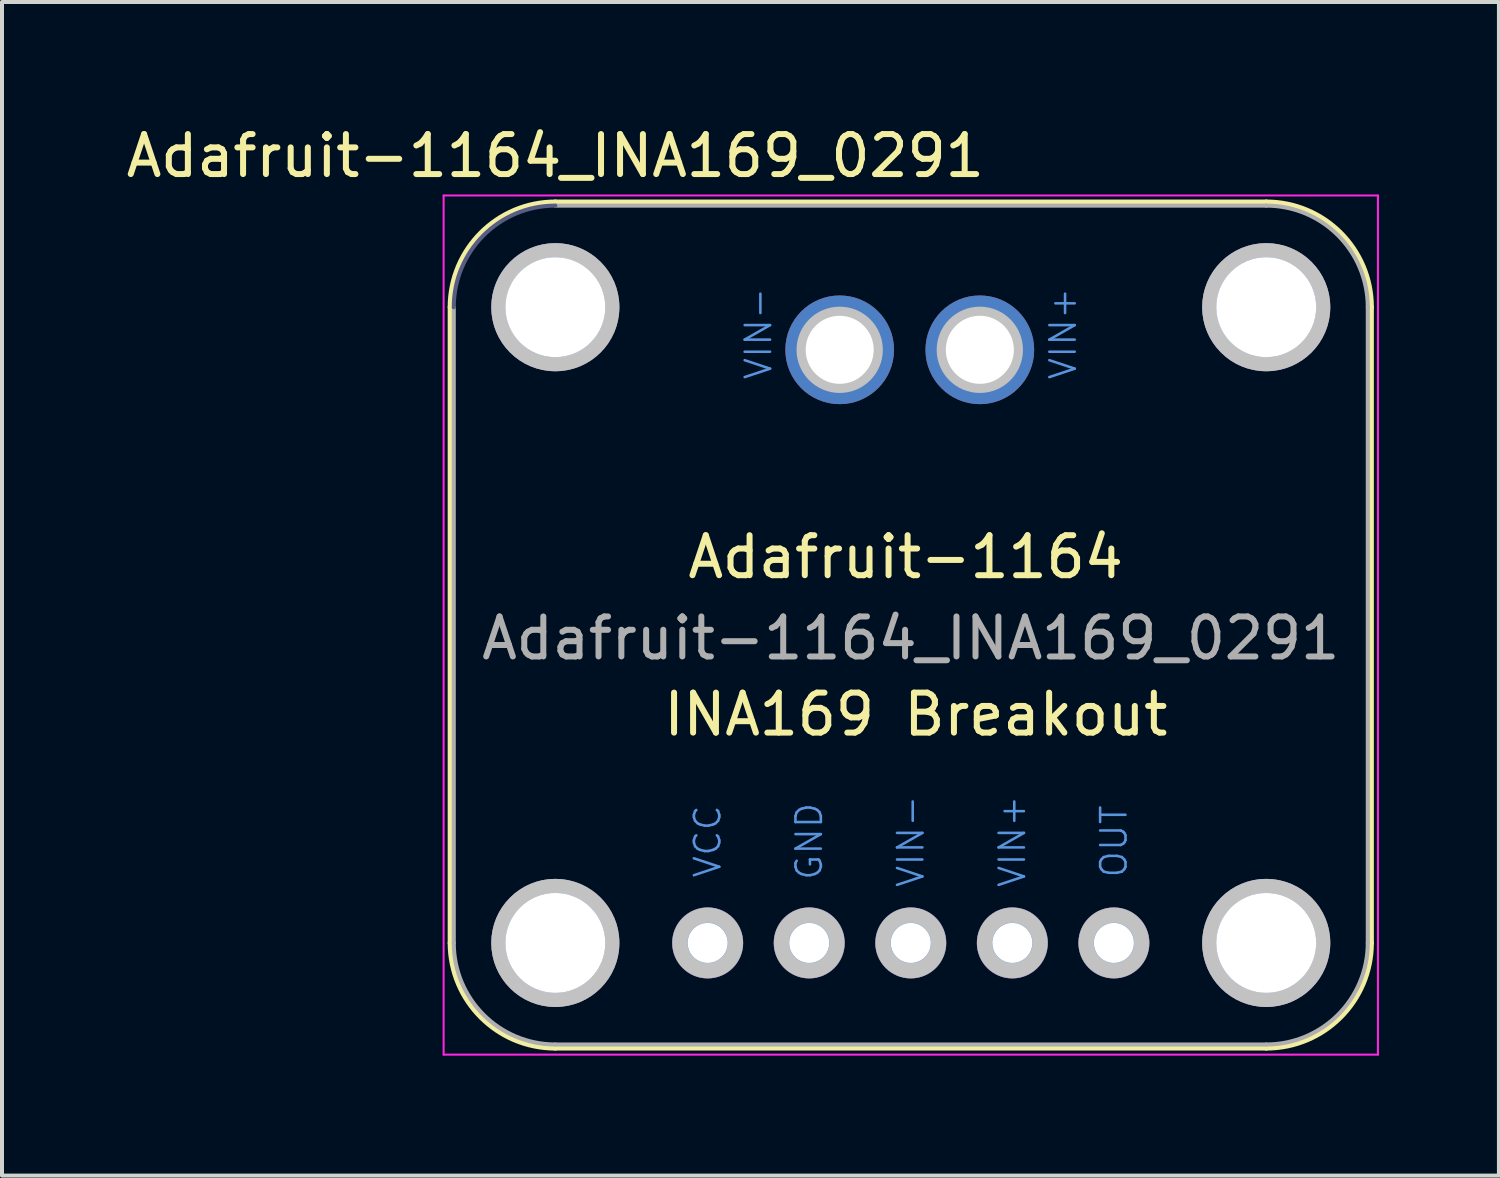
<source format=kicad_pcb>
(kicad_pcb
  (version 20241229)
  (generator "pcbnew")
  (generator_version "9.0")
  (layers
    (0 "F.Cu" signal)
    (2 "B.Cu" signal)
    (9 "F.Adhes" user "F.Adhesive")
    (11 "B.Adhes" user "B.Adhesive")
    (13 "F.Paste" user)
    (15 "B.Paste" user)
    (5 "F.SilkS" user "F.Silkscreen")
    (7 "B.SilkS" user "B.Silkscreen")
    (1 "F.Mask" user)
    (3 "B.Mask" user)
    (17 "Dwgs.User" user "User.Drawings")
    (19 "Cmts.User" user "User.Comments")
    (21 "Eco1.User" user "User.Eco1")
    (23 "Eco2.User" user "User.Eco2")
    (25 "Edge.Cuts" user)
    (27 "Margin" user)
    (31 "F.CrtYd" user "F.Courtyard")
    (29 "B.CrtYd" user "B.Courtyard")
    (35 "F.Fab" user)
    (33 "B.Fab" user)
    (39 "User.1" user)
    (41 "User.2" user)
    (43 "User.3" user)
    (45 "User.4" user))
  (footprint "Adafruit-1164_INA169_0291"
    (layer "F.Cu")
    (at 14.649 20.533)
    (property "Reference" "Adafruit-1164_INA169_0291" (at 5.08 -7.62 0) (layer "F.Fab") (effects (font (size 1 1) (thickness 0.15))))
    (attr through_hole)
    (fp_line (start -6.426 0) (end -6.426 -15.9) (stroke (width 0.152) (type solid)) (layer "F.SilkS"))
    (fp_line (start -3.81 -18.517) (end 13.97 -18.517) (stroke (width 0.152) (type solid)) (layer "F.SilkS"))
    (fp_line (start -3.81 2.616) (end 13.97 2.616) (stroke (width 0.152) (type solid)) (layer "F.SilkS"))
    (fp_line (start 16.586 -15.9) (end 16.586 0) (stroke (width 0.152) (type solid)) (layer "F.SilkS"))
    (fp_arc (start -6.4262 -15.9004) (mid -5.659933 -17.750333) (end -3.81 -18.5166) (stroke (width 0.1524) (type solid)) (layer "F.SilkS"))
    (fp_arc (start -3.81 2.6162) (mid -5.659933 1.849933) (end -6.4262 0) (stroke (width 0.1524) (type solid)) (layer "F.SilkS"))
    (fp_arc (start 13.97 -18.5166) (mid 15.819933 -17.750333) (end 16.5862 -15.9004) (stroke (width 0.1524) (type solid)) (layer "F.SilkS"))
    (fp_arc (start 16.5862 0) (mid 15.819933 1.849933) (end 13.97 2.6162) (stroke (width 0.1524) (type solid)) (layer "F.SilkS"))
    (fp_circle (center -3.81 -15.9) (end -2.385 -15.9) (stroke (width 0.356) (type solid)) (fill no) (layer "Dwgs.User"))
    (fp_circle (center -3.81 0) (end -2.385 0) (stroke (width 0.356) (type solid)) (fill no) (layer "Dwgs.User"))
    (fp_circle (center 0 0) (end 0 -0.694) (stroke (width 0.381) (type solid)) (fill no) (layer "Dwgs.User"))
    (fp_circle (center 2.54 0) (end 2.54 -0.694) (stroke (width 0.381) (type solid)) (fill no) (layer "Dwgs.User"))
    (fp_circle (center 3.302 -14.834) (end 3.302 -15.621) (stroke (width 0.584) (type solid)) (fill no) (layer "Dwgs.User"))
    (fp_circle (center 5.08 0) (end 5.08 -0.694) (stroke (width 0.381) (type solid)) (fill no) (layer "Dwgs.User"))
    (fp_circle (center 6.807 -14.834) (end 6.807 -15.621) (stroke (width 0.584) (type solid)) (fill no) (layer "Dwgs.User"))
    (fp_circle (center 7.62 0) (end 7.62 -0.694) (stroke (width 0.381) (type solid)) (fill no) (layer "Dwgs.User"))
    (fp_circle (center 10.16 0) (end 10.16 -0.694) (stroke (width 0.381) (type solid)) (fill no) (layer "Dwgs.User"))
    (fp_circle (center 13.97 -15.9) (end 15.395 -15.9) (stroke (width 0.356) (type solid)) (fill no) (layer "Dwgs.User"))
    (fp_circle (center 13.97 0) (end 15.395 0) (stroke (width 0.356) (type solid)) (fill no) (layer "Dwgs.User"))
    (fp_line (start -6.604 -18.694) (end 16.764 -18.694) (stroke (width 0.051) (type solid)) (layer "F.CrtYd"))
    (fp_line (start -6.604 2.794) (end -6.604 -18.694) (stroke (width 0.051) (type solid)) (layer "F.CrtYd"))
    (fp_line (start -6.604 2.794) (end 16.764 2.794) (stroke (width 0.051) (type solid)) (layer "F.CrtYd"))
    (fp_line (start 16.764 -18.694) (end 16.764 2.794) (stroke (width 0.051) (type solid)) (layer "F.CrtYd"))
    (fp_arc (start -6.35 -15.9004) (mid -5.606051 -17.696451) (end -3.81 -18.4404) (stroke (width 0.1016) (type solid)) (layer "B.Fab"))
    (fp_line (start -6.35 0) (end -6.35 -15.9) (stroke (width 0.102) (type solid)) (layer "F.Fab"))
    (fp_line (start -3.81 -18.44) (end 13.97 -18.44) (stroke (width 0.102) (type solid)) (layer "F.Fab"))
    (fp_line (start -3.81 2.54) (end 13.97 2.54) (stroke (width 0.102) (type solid)) (layer "F.Fab"))
    (fp_line (start 16.51 -15.9) (end 16.51 0) (stroke (width 0.102) (type solid)) (layer "F.Fab"))
    (fp_arc (start -3.81 2.54) (mid -5.606051 1.796051) (end -6.35 0) (stroke (width 0.1016) (type solid)) (layer "F.Fab"))
    (fp_arc (start 13.97 -18.4404) (mid 15.766051 -17.696451) (end 16.51 -15.9004) (stroke (width 0.1016) (type solid)) (layer "F.Fab"))
    (fp_arc (start 16.51 0) (mid 15.766051 1.796051) (end 13.97 2.54) (stroke (width 0.1016) (type solid)) (layer "F.Fab"))
    (fp_text user "${REFERENCE}" (at -3.81 -19.685 0) (layer "F.SilkS") (effects (font (size 1 1) (thickness 0.15))))
    (fp_text user "Adafruit-1164" (at 4.953 -9.652 0) (layer "F.SilkS") (effects (font (size 1 1) (thickness 0.15))))
    (fp_text user "INA169 Breakout" (at 5.207 -5.715 0) (layer "F.SilkS") (effects (font (size 1 1) (thickness 0.15))))
    (fp_text user "VIN-" (at 5.08 -2.54 90) (layer "Cmts.User") (effects (font (size 0.635 0.635) (thickness 0.064))))
    (fp_text user "VIN-" (at 1.27 -15.24 90) (layer "Cmts.User") (effects (font (size 0.635 0.635) (thickness 0.064))))
    (fp_text user "VCC" (at 0 -2.54 90) (layer "Cmts.User") (effects (font (size 0.635 0.635) (thickness 0.064))))
    (fp_text user "OUT" (at 10.16 -2.54 90) (layer "Cmts.User") (effects (font (size 0.635 0.635) (thickness 0.064))))
    (fp_text user "VIN+" (at 7.62 -2.54 90) (layer "Cmts.User") (effects (font (size 0.635 0.635) (thickness 0.064))))
    (fp_text user "VIN+" (at 8.89 -15.24 90) (layer "Cmts.User") (effects (font (size 0.635 0.635) (thickness 0.064))))
    (fp_text user "GND" (at 2.54 -2.54 90) (layer "Cmts.User") (effects (font (size 0.635 0.635) (thickness 0.064))))
    (fp_text user "${REFERENCE}" (at -1.27 -17.145 0) (layer "Eco1.User") (effects (font (size 0.508 0.508) (thickness 0.051))))
    (pad "1" thru_hole circle (at 0 0) (size 1.778 1.778) (drill 1.001) (layers "*.Cu" "*.Mask"))
    (pad "2" thru_hole circle (at 2.54 0) (size 1.778 1.778) (drill 1.001) (layers "*.Cu" "*.Mask"))
    (pad "3" thru_hole circle (at 5.08 0) (size 1.778 1.778) (drill 1.001) (layers "*.Cu" "*.Mask"))
    (pad "4" thru_hole circle (at 7.62 0) (size 1.778 1.778) (drill 1.001) (layers "*.Cu" "*.Mask"))
    (pad "5" thru_hole circle (at 10.16 0) (size 1.778 1.778) (drill 1.001) (layers "*.Cu" "*.Mask"))
    (pad "6" thru_hole circle (at 6.807 -14.834) (size 2.718 2.718) (drill 1.702) (layers "*.Cu" "*.Mask"))
    (pad "7" thru_hole circle (at 3.302 -14.834) (size 2.718 2.718) (drill 1.702) (layers "*.Cu" "*.Mask"))
    (pad "H1" thru_hole circle (at -3.81 0) (size 3.2 3.2) (drill 2.499) (layers "*.Cu" "*.Mask"))
    (pad "H2" thru_hole circle (at 13.97 0) (size 3.2 3.2) (drill 2.499) (layers "*.Cu" "*.Mask"))
    (pad "H3" thru_hole circle (at 13.97 -15.9) (size 3.2 3.2) (drill 2.499) (layers "*.Cu" "*.Mask"))
    (pad "H4" thru_hole circle (at -3.81 -15.9) (size 3.2 3.2) (drill 2.499) (layers "*.Cu" "*.Mask")))
  (gr_rect
    (start -3 -3)
    (end 34.439 26.353)
    (stroke (width 0.1) (type default))
    (fill no)
    (layer "Edge.Cuts")))
</source>
